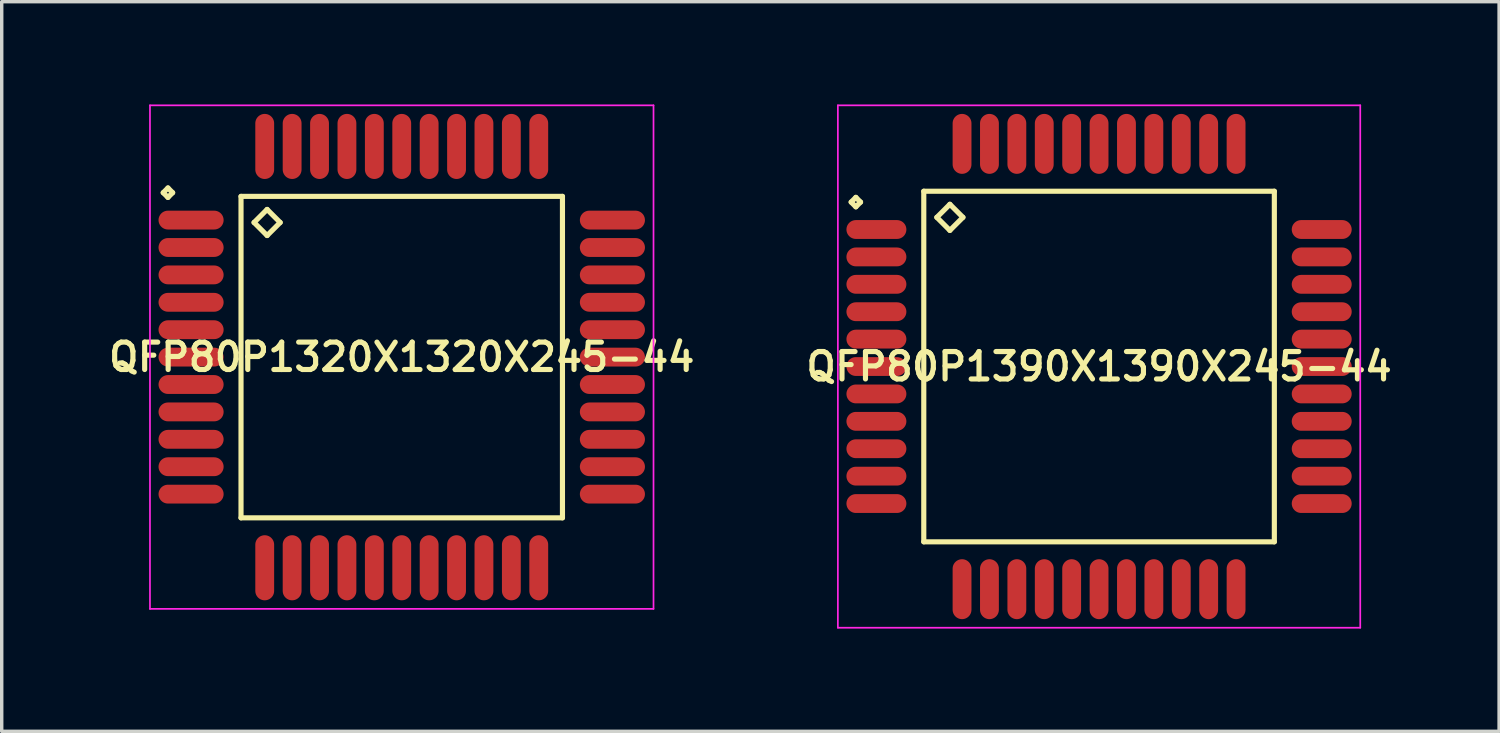
<source format=kicad_pcb>
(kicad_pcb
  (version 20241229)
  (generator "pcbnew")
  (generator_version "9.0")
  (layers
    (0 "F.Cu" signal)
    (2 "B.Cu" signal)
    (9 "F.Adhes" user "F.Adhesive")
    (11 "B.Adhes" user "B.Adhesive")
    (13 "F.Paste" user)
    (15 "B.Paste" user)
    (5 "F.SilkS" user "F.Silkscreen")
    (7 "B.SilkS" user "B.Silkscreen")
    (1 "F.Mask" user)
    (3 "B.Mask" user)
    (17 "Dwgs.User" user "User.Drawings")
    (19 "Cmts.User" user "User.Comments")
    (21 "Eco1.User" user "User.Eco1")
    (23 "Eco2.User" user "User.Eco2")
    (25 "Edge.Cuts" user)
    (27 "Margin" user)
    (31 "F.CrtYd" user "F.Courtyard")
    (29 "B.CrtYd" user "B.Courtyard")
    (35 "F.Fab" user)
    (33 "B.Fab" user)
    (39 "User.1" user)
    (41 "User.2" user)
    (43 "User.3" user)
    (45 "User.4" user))
  (footprint "QFP80P1320X1320X245-44"
    (layer "F.Cu")
    (at 8.678 7.375)
    (property "Reference" "QFP80P1320X1320X245-44" (at 0 0 0) (layer "F.SilkS") (effects (font (size 0.8 0.8) (thickness 0.15))))
    (attr smd)
    (fp_line (start -6.963 -4.8) (end -6.825 -4.938) (stroke (width 0.15) (type solid)) (layer "F.SilkS"))
    (fp_line (start -6.825 -4.938) (end -6.688 -4.8) (stroke (width 0.15) (type solid)) (layer "F.SilkS"))
    (fp_line (start -6.825 -4.662) (end -6.963 -4.8) (stroke (width 0.15) (type solid)) (layer "F.SilkS"))
    (fp_line (start -6.688 -4.8) (end -6.825 -4.662) (stroke (width 0.15) (type solid)) (layer "F.SilkS"))
    (fp_line (start -4.692 -4.692) (end -4.692 4.692) (stroke (width 0.15) (type solid)) (layer "F.SilkS"))
    (fp_line (start -4.692 4.692) (end 4.692 4.692) (stroke (width 0.15) (type solid)) (layer "F.SilkS"))
    (fp_line (start -4.311 -3.93) (end -3.93 -4.311) (stroke (width 0.15) (type solid)) (layer "F.SilkS"))
    (fp_line (start -3.93 -4.311) (end -3.549 -3.93) (stroke (width 0.15) (type solid)) (layer "F.SilkS"))
    (fp_line (start -3.93 -3.549) (end -4.311 -3.93) (stroke (width 0.15) (type solid)) (layer "F.SilkS"))
    (fp_line (start -3.549 -3.93) (end -3.93 -3.549) (stroke (width 0.15) (type solid)) (layer "F.SilkS"))
    (fp_line (start 4.692 -4.692) (end -4.692 -4.692) (stroke (width 0.15) (type solid)) (layer "F.SilkS"))
    (fp_line (start 4.692 4.692) (end 4.692 -4.692) (stroke (width 0.15) (type solid)) (layer "F.SilkS"))
    (fp_line (start -7.35 -7.35) (end 7.35 -7.35) (stroke (width 0.05) (type solid)) (layer "F.CrtYd"))
    (fp_line (start -7.35 7.35) (end -7.35 -7.35) (stroke (width 0.05) (type solid)) (layer "F.CrtYd"))
    (fp_line (start 7.35 -7.35) (end 7.35 7.35) (stroke (width 0.05) (type solid)) (layer "F.CrtYd"))
    (fp_line (start 7.35 7.35) (end -7.35 7.35) (stroke (width 0.05) (type solid)) (layer "F.CrtYd"))
    (pad "1" smd oval (at -6.15 -4) (size 1.9 0.55) (layers "F.Cu" "F.Mask" "F.Paste"))
    (pad "2" smd oval (at -6.15 -3.2) (size 1.9 0.55) (layers "F.Cu" "F.Mask" "F.Paste"))
    (pad "3" smd oval (at -6.15 -2.4) (size 1.9 0.55) (layers "F.Cu" "F.Mask" "F.Paste"))
    (pad "4" smd oval (at -6.15 -1.6) (size 1.9 0.55) (layers "F.Cu" "F.Mask" "F.Paste"))
    (pad "5" smd oval (at -6.15 -0.8) (size 1.9 0.55) (layers "F.Cu" "F.Mask" "F.Paste"))
    (pad "6" smd oval (at -6.15 0) (size 1.9 0.55) (layers "F.Cu" "F.Mask" "F.Paste"))
    (pad "7" smd oval (at -6.15 0.8) (size 1.9 0.55) (layers "F.Cu" "F.Mask" "F.Paste"))
    (pad "8" smd oval (at -6.15 1.6) (size 1.9 0.55) (layers "F.Cu" "F.Mask" "F.Paste"))
    (pad "9" smd oval (at -6.15 2.4) (size 1.9 0.55) (layers "F.Cu" "F.Mask" "F.Paste"))
    (pad "10" smd oval (at -6.15 3.2) (size 1.9 0.55) (layers "F.Cu" "F.Mask" "F.Paste"))
    (pad "11" smd oval (at -6.15 4) (size 1.9 0.55) (layers "F.Cu" "F.Mask" "F.Paste"))
    (pad "12" smd oval (at -4 6.15) (size 0.55 1.9) (layers "F.Cu" "F.Mask" "F.Paste"))
    (pad "13" smd oval (at -3.2 6.15) (size 0.55 1.9) (layers "F.Cu" "F.Mask" "F.Paste"))
    (pad "14" smd oval (at -2.4 6.15) (size 0.55 1.9) (layers "F.Cu" "F.Mask" "F.Paste"))
    (pad "15" smd oval (at -1.6 6.15) (size 0.55 1.9) (layers "F.Cu" "F.Mask" "F.Paste"))
    (pad "16" smd oval (at -0.8 6.15) (size 0.55 1.9) (layers "F.Cu" "F.Mask" "F.Paste"))
    (pad "17" smd oval (at 0 6.15) (size 0.55 1.9) (layers "F.Cu" "F.Mask" "F.Paste"))
    (pad "18" smd oval (at 0.8 6.15) (size 0.55 1.9) (layers "F.Cu" "F.Mask" "F.Paste"))
    (pad "19" smd oval (at 1.6 6.15) (size 0.55 1.9) (layers "F.Cu" "F.Mask" "F.Paste"))
    (pad "20" smd oval (at 2.4 6.15) (size 0.55 1.9) (layers "F.Cu" "F.Mask" "F.Paste"))
    (pad "21" smd oval (at 3.2 6.15) (size 0.55 1.9) (layers "F.Cu" "F.Mask" "F.Paste"))
    (pad "22" smd oval (at 4 6.15) (size 0.55 1.9) (layers "F.Cu" "F.Mask" "F.Paste"))
    (pad "23" smd oval (at 6.15 4) (size 1.9 0.55) (layers "F.Cu" "F.Mask" "F.Paste"))
    (pad "24" smd oval (at 6.15 3.2) (size 1.9 0.55) (layers "F.Cu" "F.Mask" "F.Paste"))
    (pad "25" smd oval (at 6.15 2.4) (size 1.9 0.55) (layers "F.Cu" "F.Mask" "F.Paste"))
    (pad "26" smd oval (at 6.15 1.6) (size 1.9 0.55) (layers "F.Cu" "F.Mask" "F.Paste"))
    (pad "27" smd oval (at 6.15 0.8) (size 1.9 0.55) (layers "F.Cu" "F.Mask" "F.Paste"))
    (pad "28" smd oval (at 6.15 0) (size 1.9 0.55) (layers "F.Cu" "F.Mask" "F.Paste"))
    (pad "29" smd oval (at 6.15 -0.8) (size 1.9 0.55) (layers "F.Cu" "F.Mask" "F.Paste"))
    (pad "30" smd oval (at 6.15 -1.6) (size 1.9 0.55) (layers "F.Cu" "F.Mask" "F.Paste"))
    (pad "31" smd oval (at 6.15 -2.4) (size 1.9 0.55) (layers "F.Cu" "F.Mask" "F.Paste"))
    (pad "32" smd oval (at 6.15 -3.2) (size 1.9 0.55) (layers "F.Cu" "F.Mask" "F.Paste"))
    (pad "33" smd oval (at 6.15 -4) (size 1.9 0.55) (layers "F.Cu" "F.Mask" "F.Paste"))
    (pad "34" smd oval (at 4 -6.15) (size 0.55 1.9) (layers "F.Cu" "F.Mask" "F.Paste"))
    (pad "35" smd oval (at 3.2 -6.15) (size 0.55 1.9) (layers "F.Cu" "F.Mask" "F.Paste"))
    (pad "36" smd oval (at 2.4 -6.15) (size 0.55 1.9) (layers "F.Cu" "F.Mask" "F.Paste"))
    (pad "37" smd oval (at 1.6 -6.15) (size 0.55 1.9) (layers "F.Cu" "F.Mask" "F.Paste"))
    (pad "38" smd oval (at 0.8 -6.15) (size 0.55 1.9) (layers "F.Cu" "F.Mask" "F.Paste"))
    (pad "39" smd oval (at 0 -6.15) (size 0.55 1.9) (layers "F.Cu" "F.Mask" "F.Paste"))
    (pad "40" smd oval (at -0.8 -6.15) (size 0.55 1.9) (layers "F.Cu" "F.Mask" "F.Paste"))
    (pad "41" smd oval (at -1.6 -6.15) (size 0.55 1.9) (layers "F.Cu" "F.Mask" "F.Paste"))
    (pad "42" smd oval (at -2.4 -6.15) (size 0.55 1.9) (layers "F.Cu" "F.Mask" "F.Paste"))
    (pad "43" smd oval (at -3.2 -6.15) (size 0.55 1.9) (layers "F.Cu" "F.Mask" "F.Paste"))
    (pad "44" smd oval (at -4 -6.15) (size 0.55 1.9) (layers "F.Cu" "F.Mask" "F.Paste")))
  (footprint "QFP80P1390X1390X245-44"
    (layer "F.Cu")
    (at 29.035 7.65)
    (property "Reference" "QFP80P1390X1390X245-44" (at 0 0 0) (layer "F.SilkS") (effects (font (size 0.8 0.8) (thickness 0.15))))
    (attr smd)
    (fp_line (start -7.237 -4.8) (end -7.1 -4.938) (stroke (width 0.15) (type solid)) (layer "F.SilkS"))
    (fp_line (start -7.1 -4.938) (end -6.963 -4.8) (stroke (width 0.15) (type solid)) (layer "F.SilkS"))
    (fp_line (start -7.1 -4.662) (end -7.237 -4.8) (stroke (width 0.15) (type solid)) (layer "F.SilkS"))
    (fp_line (start -6.963 -4.8) (end -7.1 -4.662) (stroke (width 0.15) (type solid)) (layer "F.SilkS"))
    (fp_line (start -5.117 -5.117) (end -5.117 5.117) (stroke (width 0.15) (type solid)) (layer "F.SilkS"))
    (fp_line (start -5.117 5.117) (end 5.117 5.117) (stroke (width 0.15) (type solid)) (layer "F.SilkS"))
    (fp_line (start -4.736 -4.355) (end -4.355 -4.736) (stroke (width 0.15) (type solid)) (layer "F.SilkS"))
    (fp_line (start -4.355 -4.736) (end -3.974 -4.355) (stroke (width 0.15) (type solid)) (layer "F.SilkS"))
    (fp_line (start -4.355 -3.974) (end -4.736 -4.355) (stroke (width 0.15) (type solid)) (layer "F.SilkS"))
    (fp_line (start -3.974 -4.355) (end -4.355 -3.974) (stroke (width 0.15) (type solid)) (layer "F.SilkS"))
    (fp_line (start 5.117 -5.117) (end -5.117 -5.117) (stroke (width 0.15) (type solid)) (layer "F.SilkS"))
    (fp_line (start 5.117 5.117) (end 5.117 -5.117) (stroke (width 0.15) (type solid)) (layer "F.SilkS"))
    (fp_line (start -7.625 -7.625) (end 7.625 -7.625) (stroke (width 0.05) (type solid)) (layer "F.CrtYd"))
    (fp_line (start -7.625 7.625) (end -7.625 -7.625) (stroke (width 0.05) (type solid)) (layer "F.CrtYd"))
    (fp_line (start 7.625 -7.625) (end 7.625 7.625) (stroke (width 0.05) (type solid)) (layer "F.CrtYd"))
    (fp_line (start 7.625 7.625) (end -7.625 7.625) (stroke (width 0.05) (type solid)) (layer "F.CrtYd"))
    (pad "1" smd oval (at -6.5 -4) (size 1.75 0.55) (layers "F.Cu" "F.Mask" "F.Paste"))
    (pad "2" smd oval (at -6.5 -3.2) (size 1.75 0.55) (layers "F.Cu" "F.Mask" "F.Paste"))
    (pad "3" smd oval (at -6.5 -2.4) (size 1.75 0.55) (layers "F.Cu" "F.Mask" "F.Paste"))
    (pad "4" smd oval (at -6.5 -1.6) (size 1.75 0.55) (layers "F.Cu" "F.Mask" "F.Paste"))
    (pad "5" smd oval (at -6.5 -0.8) (size 1.75 0.55) (layers "F.Cu" "F.Mask" "F.Paste"))
    (pad "6" smd oval (at -6.5 0) (size 1.75 0.55) (layers "F.Cu" "F.Mask" "F.Paste"))
    (pad "7" smd oval (at -6.5 0.8) (size 1.75 0.55) (layers "F.Cu" "F.Mask" "F.Paste"))
    (pad "8" smd oval (at -6.5 1.6) (size 1.75 0.55) (layers "F.Cu" "F.Mask" "F.Paste"))
    (pad "9" smd oval (at -6.5 2.4) (size 1.75 0.55) (layers "F.Cu" "F.Mask" "F.Paste"))
    (pad "10" smd oval (at -6.5 3.2) (size 1.75 0.55) (layers "F.Cu" "F.Mask" "F.Paste"))
    (pad "11" smd oval (at -6.5 4) (size 1.75 0.55) (layers "F.Cu" "F.Mask" "F.Paste"))
    (pad "12" smd oval (at -4 6.5) (size 0.55 1.75) (layers "F.Cu" "F.Mask" "F.Paste"))
    (pad "13" smd oval (at -3.2 6.5) (size 0.55 1.75) (layers "F.Cu" "F.Mask" "F.Paste"))
    (pad "14" smd oval (at -2.4 6.5) (size 0.55 1.75) (layers "F.Cu" "F.Mask" "F.Paste"))
    (pad "15" smd oval (at -1.6 6.5) (size 0.55 1.75) (layers "F.Cu" "F.Mask" "F.Paste"))
    (pad "16" smd oval (at -0.8 6.5) (size 0.55 1.75) (layers "F.Cu" "F.Mask" "F.Paste"))
    (pad "17" smd oval (at 0 6.5) (size 0.55 1.75) (layers "F.Cu" "F.Mask" "F.Paste"))
    (pad "18" smd oval (at 0.8 6.5) (size 0.55 1.75) (layers "F.Cu" "F.Mask" "F.Paste"))
    (pad "19" smd oval (at 1.6 6.5) (size 0.55 1.75) (layers "F.Cu" "F.Mask" "F.Paste"))
    (pad "20" smd oval (at 2.4 6.5) (size 0.55 1.75) (layers "F.Cu" "F.Mask" "F.Paste"))
    (pad "21" smd oval (at 3.2 6.5) (size 0.55 1.75) (layers "F.Cu" "F.Mask" "F.Paste"))
    (pad "22" smd oval (at 4 6.5) (size 0.55 1.75) (layers "F.Cu" "F.Mask" "F.Paste"))
    (pad "23" smd oval (at 6.5 4) (size 1.75 0.55) (layers "F.Cu" "F.Mask" "F.Paste"))
    (pad "24" smd oval (at 6.5 3.2) (size 1.75 0.55) (layers "F.Cu" "F.Mask" "F.Paste"))
    (pad "25" smd oval (at 6.5 2.4) (size 1.75 0.55) (layers "F.Cu" "F.Mask" "F.Paste"))
    (pad "26" smd oval (at 6.5 1.6) (size 1.75 0.55) (layers "F.Cu" "F.Mask" "F.Paste"))
    (pad "27" smd oval (at 6.5 0.8) (size 1.75 0.55) (layers "F.Cu" "F.Mask" "F.Paste"))
    (pad "28" smd oval (at 6.5 0) (size 1.75 0.55) (layers "F.Cu" "F.Mask" "F.Paste"))
    (pad "29" smd oval (at 6.5 -0.8) (size 1.75 0.55) (layers "F.Cu" "F.Mask" "F.Paste"))
    (pad "30" smd oval (at 6.5 -1.6) (size 1.75 0.55) (layers "F.Cu" "F.Mask" "F.Paste"))
    (pad "31" smd oval (at 6.5 -2.4) (size 1.75 0.55) (layers "F.Cu" "F.Mask" "F.Paste"))
    (pad "32" smd oval (at 6.5 -3.2) (size 1.75 0.55) (layers "F.Cu" "F.Mask" "F.Paste"))
    (pad "33" smd oval (at 6.5 -4) (size 1.75 0.55) (layers "F.Cu" "F.Mask" "F.Paste"))
    (pad "34" smd oval (at 4 -6.5) (size 0.55 1.75) (layers "F.Cu" "F.Mask" "F.Paste"))
    (pad "35" smd oval (at 3.2 -6.5) (size 0.55 1.75) (layers "F.Cu" "F.Mask" "F.Paste"))
    (pad "36" smd oval (at 2.4 -6.5) (size 0.55 1.75) (layers "F.Cu" "F.Mask" "F.Paste"))
    (pad "37" smd oval (at 1.6 -6.5) (size 0.55 1.75) (layers "F.Cu" "F.Mask" "F.Paste"))
    (pad "38" smd oval (at 0.8 -6.5) (size 0.55 1.75) (layers "F.Cu" "F.Mask" "F.Paste"))
    (pad "39" smd oval (at 0 -6.5) (size 0.55 1.75) (layers "F.Cu" "F.Mask" "F.Paste"))
    (pad "40" smd oval (at -0.8 -6.5) (size 0.55 1.75) (layers "F.Cu" "F.Mask" "F.Paste"))
    (pad "41" smd oval (at -1.6 -6.5) (size 0.55 1.75) (layers "F.Cu" "F.Mask" "F.Paste"))
    (pad "42" smd oval (at -2.4 -6.5) (size 0.55 1.75) (layers "F.Cu" "F.Mask" "F.Paste"))
    (pad "43" smd oval (at -3.2 -6.5) (size 0.55 1.75) (layers "F.Cu" "F.Mask" "F.Paste"))
    (pad "44" smd oval (at -4 -6.5) (size 0.55 1.75) (layers "F.Cu" "F.Mask" "F.Paste")))
  (gr_rect
    (start -3 -3)
    (end 40.713 18.3)
    (stroke (width 0.1) (type default))
    (fill no)
    (layer "Edge.Cuts")))
</source>
